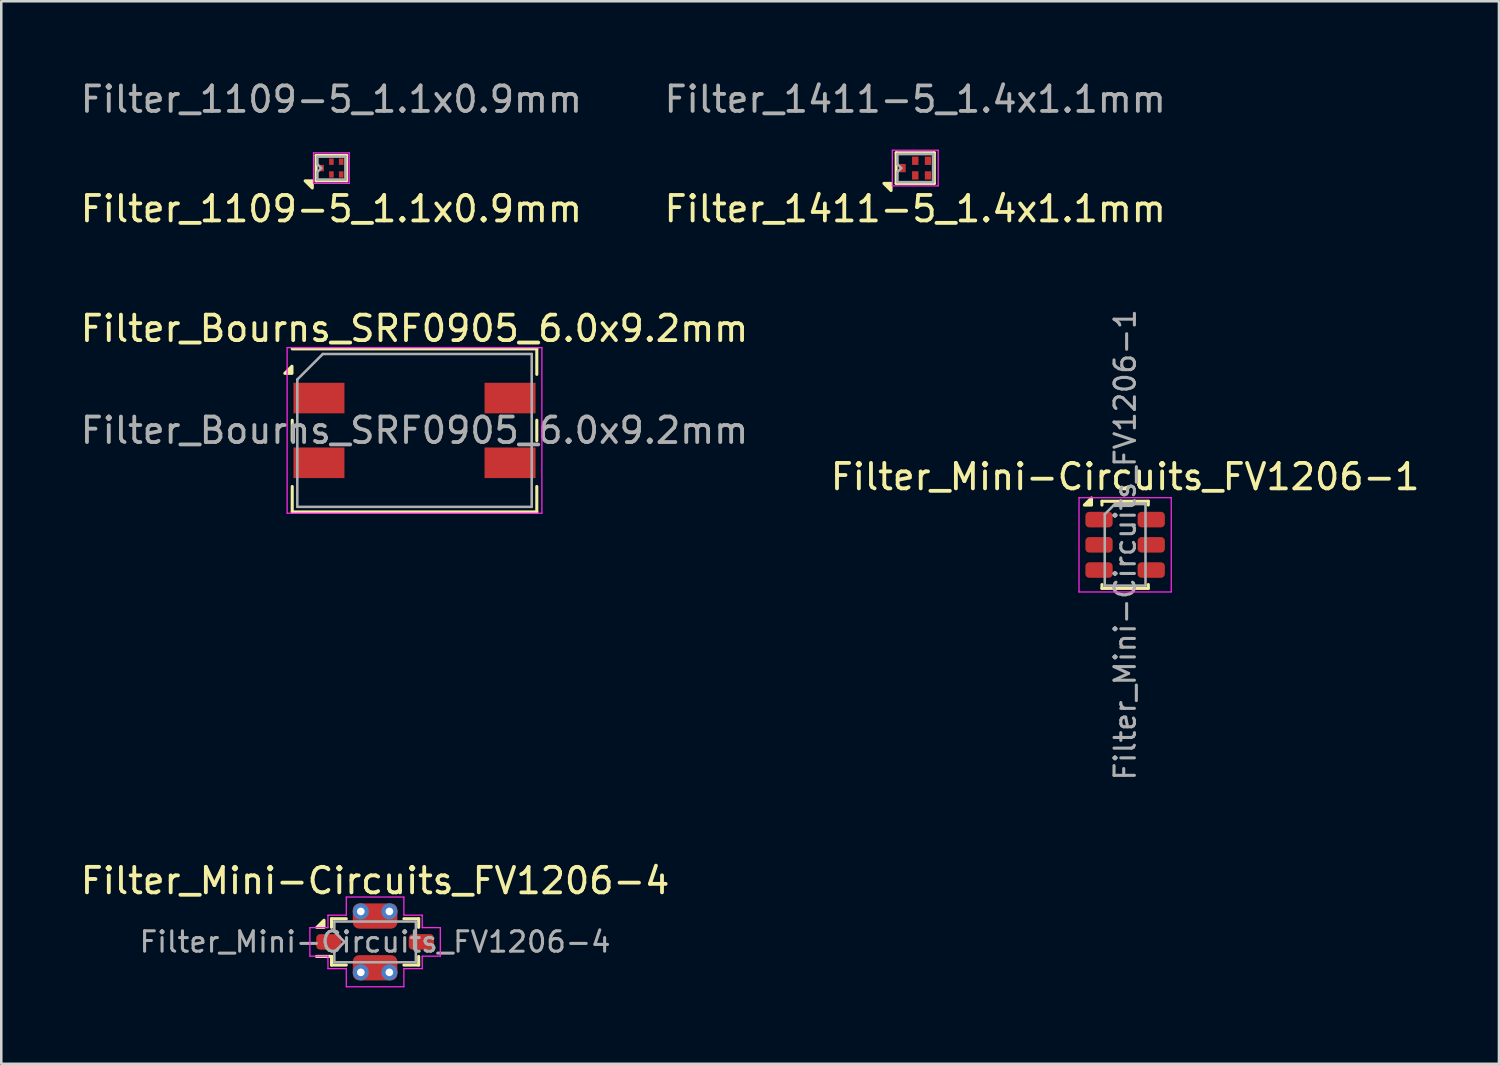
<source format=kicad_pcb>
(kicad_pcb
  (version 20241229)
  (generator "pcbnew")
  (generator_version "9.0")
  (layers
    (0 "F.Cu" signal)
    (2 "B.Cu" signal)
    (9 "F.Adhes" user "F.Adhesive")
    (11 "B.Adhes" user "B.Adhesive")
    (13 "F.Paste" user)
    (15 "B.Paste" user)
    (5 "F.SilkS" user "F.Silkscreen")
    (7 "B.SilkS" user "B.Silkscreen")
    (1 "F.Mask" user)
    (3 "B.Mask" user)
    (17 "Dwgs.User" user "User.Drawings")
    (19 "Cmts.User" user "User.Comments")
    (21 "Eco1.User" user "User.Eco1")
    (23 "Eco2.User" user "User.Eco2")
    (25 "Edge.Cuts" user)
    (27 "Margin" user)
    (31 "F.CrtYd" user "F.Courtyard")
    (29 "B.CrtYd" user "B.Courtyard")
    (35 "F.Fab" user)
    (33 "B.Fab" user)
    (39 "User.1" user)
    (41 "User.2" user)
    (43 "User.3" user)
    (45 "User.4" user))
  (footprint "Filter_Mini-Circuits_FV1206-1"
    (layer "F.Cu")
    (at 41.113 18.335)
    (property "Reference" "Filter_Mini-Circuits_FV1206-1" (at 0 -2.67 0) (layer "F.SilkS") (effects (font (size 1 1) (thickness 0.15))))
    (attr smd)
    (fp_line (start -0.91 -1.56) (end -0.91 -1.71) (stroke (width 0.12) (type solid)) (layer "F.SilkS"))
    (fp_line (start -0.91 1.71) (end -0.91 1.56) (stroke (width 0.12) (type solid)) (layer "F.SilkS"))
    (fp_line (start 0.91 -1.71) (end -0.91 -1.71) (stroke (width 0.12) (type solid)) (layer "F.SilkS"))
    (fp_line (start 0.91 -1.56) (end 0.91 -1.71) (stroke (width 0.12) (type solid)) (layer "F.SilkS"))
    (fp_line (start 0.91 1.71) (end -0.91 1.71) (stroke (width 0.12) (type solid)) (layer "F.SilkS"))
    (fp_line (start 0.91 1.71) (end 0.91 1.56) (stroke (width 0.12) (type solid)) (layer "F.SilkS"))
    (fp_poly (pts (xy -1.32 -1.56) (xy -1.6 -1.56) (xy -1.32 -1.84) (xy -1.32 -1.56)) (stroke (width 0.12) (type solid)) (fill yes) (layer "F.SilkS"))
    (fp_line (start -1.81 -1.85) (end 1.81 -1.85) (stroke (width 0.05) (type solid)) (layer "F.CrtYd"))
    (fp_line (start -1.81 1.85) (end -1.81 -1.85) (stroke (width 0.05) (type solid)) (layer "F.CrtYd"))
    (fp_line (start 1.81 -1.85) (end 1.81 1.85) (stroke (width 0.05) (type solid)) (layer "F.CrtYd"))
    (fp_line (start 1.81 1.85) (end -1.81 1.85) (stroke (width 0.05) (type solid)) (layer "F.CrtYd"))
    (fp_line (start -0.8 -1.2) (end -0.8 1.6) (stroke (width 0.1) (type solid)) (layer "F.Fab"))
    (fp_line (start -0.8 -1.2) (end -0.4 -1.6) (stroke (width 0.1) (type solid)) (layer "F.Fab"))
    (fp_line (start -0.8 1.6) (end 0.8 1.6) (stroke (width 0.1) (type solid)) (layer "F.Fab"))
    (fp_line (start 0.8 -1.6) (end -0.4 -1.6) (stroke (width 0.1) (type solid)) (layer "F.Fab"))
    (fp_line (start 0.8 1.6) (end 0.8 -1.6) (stroke (width 0.1) (type solid)) (layer "F.Fab"))
    (fp_text user "${REFERENCE}" (at 0 0 270) (layer "F.Fab") (effects (font (size 0.8 0.8) (thickness 0.12))))
    (pad "1" smd roundrect (at -1.025 -0.99) (size 1.07 0.61) (layers "F.Cu" "F.Mask" "F.Paste") (roundrect_rratio 0.25))
    (pad "2" smd roundrect (at -1.025 0) (size 1.07 0.61) (layers "F.Cu" "F.Mask" "F.Paste") (roundrect_rratio 0.25))
    (pad "3" smd roundrect (at -1.025 0.99) (size 1.07 0.61) (layers "F.Cu" "F.Mask" "F.Paste") (roundrect_rratio 0.25))
    (pad "4" smd roundrect (at 1.025 0.99) (size 1.07 0.61) (layers "F.Cu" "F.Mask" "F.Paste") (roundrect_rratio 0.25))
    (pad "5" smd roundrect (at 1.025 0) (size 1.07 0.61) (layers "F.Cu" "F.Mask" "F.Paste") (roundrect_rratio 0.25))
    (pad "6" smd roundrect (at 1.025 -0.99) (size 1.07 0.61) (layers "F.Cu" "F.Mask" "F.Paste") (roundrect_rratio 0.25)))
  (footprint "Filter_1411-5_1.4x1.1mm"
    (layer "F.Cu")
    (at 32.875 3.548)
    (property "Reference" "Filter_1411-5_1.4x1.1mm" (at 0 1.6 0) (layer "F.SilkS") (effects (font (size 1 1) (thickness 0.15))))
    (attr smd)
    (fp_line (start -0.75 -0.6) (end -0.75 0.6) (stroke (width 0.12) (type solid)) (layer "F.SilkS"))
    (fp_line (start -0.75 0.6) (end 0.75 0.6) (stroke (width 0.12) (type solid)) (layer "F.SilkS"))
    (fp_line (start 0.75 -0.6) (end -0.75 -0.6) (stroke (width 0.12) (type solid)) (layer "F.SilkS"))
    (fp_line (start 0.75 0.6) (end 0.75 -0.6) (stroke (width 0.12) (type solid)) (layer "F.SilkS"))
    (fp_poly (pts (xy -0.95 0.6) (xy -0.95 0.88) (xy -1.23 0.6) (xy -0.95 0.6)) (stroke (width 0.12) (type solid)) (fill yes) (layer "F.SilkS"))
    (fp_line (start -0.9 -0.7) (end 0.9 -0.7) (stroke (width 0.05) (type solid)) (layer "F.CrtYd"))
    (fp_line (start -0.9 0.7) (end -0.9 -0.7) (stroke (width 0.05) (type solid)) (layer "F.CrtYd"))
    (fp_line (start 0.9 -0.7) (end 0.9 0.7) (stroke (width 0.05) (type solid)) (layer "F.CrtYd"))
    (fp_line (start 0.9 0.7) (end -0.9 0.7) (stroke (width 0.05) (type solid)) (layer "F.CrtYd"))
    (fp_line (start -0.7 -0.55) (end -0.7 -0.15) (stroke (width 0.1) (type solid)) (layer "F.Fab"))
    (fp_line (start -0.7 -0.55) (end 0.7 -0.55) (stroke (width 0.1) (type solid)) (layer "F.Fab"))
    (fp_line (start -0.7 -0.15) (end -0.55 0) (stroke (width 0.1) (type solid)) (layer "F.Fab"))
    (fp_line (start -0.7 0.15) (end -0.7 0.55) (stroke (width 0.1) (type solid)) (layer "F.Fab"))
    (fp_line (start -0.55 0) (end -0.7 0.15) (stroke (width 0.1) (type solid)) (layer "F.Fab"))
    (fp_line (start 0.7 -0.55) (end 0.7 0.55) (stroke (width 0.1) (type solid)) (layer "F.Fab"))
    (fp_line (start 0.7 0.55) (end -0.7 0.55) (stroke (width 0.1) (type solid)) (layer "F.Fab"))
    (fp_text user "${REFERENCE}" (at 0 -2.7 0) (layer "F.Fab") (effects (font (size 1 1) (thickness 0.15))))
    (pad "1" smd rect (at -0.5 0 90) (size 0.325 0.25) (layers "F.Cu" "F.Mask" "F.Paste"))
    (pad "2" smd rect (at 0 0.287 90) (size 0.325 0.25) (layers "F.Cu" "F.Mask" "F.Paste"))
    (pad "3" smd rect (at 0.5 0.287 90) (size 0.325 0.25) (layers "F.Cu" "F.Mask" "F.Paste"))
    (pad "4" smd rect (at 0.5 -0.287 90) (size 0.325 0.25) (layers "F.Cu" "F.Mask" "F.Paste"))
    (pad "5" smd rect (at 0 -0.287 90) (size 0.325 0.25) (layers "F.Cu" "F.Mask" "F.Paste")))
  (footprint "Filter_Mini-Circuits_FV1206-4"
    (layer "F.Cu")
    (at 11.673 33.921)
    (property "Reference" "Filter_Mini-Circuits_FV1206-4" (at 0 -2.4 0) (layer "F.SilkS") (effects (font (size 1 1) (thickness 0.15))))
    (attr smd)
    (fp_line (start -1.71 -0.91) (end -1.71 -0.57) (stroke (width 0.12) (type solid)) (layer "F.SilkS"))
    (fp_line (start -1.71 -0.91) (end -1.13 -0.91) (stroke (width 0.12) (type solid)) (layer "F.SilkS"))
    (fp_line (start -1.71 0.57) (end -2.3 0.57) (stroke (width 0.12) (type solid)) (layer "F.SilkS"))
    (fp_line (start -1.71 0.57) (end -1.71 0.91) (stroke (width 0.12) (type solid)) (layer "F.SilkS"))
    (fp_line (start -1.71 0.91) (end -1.13 0.91) (stroke (width 0.12) (type solid)) (layer "F.SilkS"))
    (fp_line (start 1.13 -0.91) (end 1.71 -0.91) (stroke (width 0.12) (type solid)) (layer "F.SilkS"))
    (fp_line (start 1.13 0.91) (end 1.71 0.91) (stroke (width 0.12) (type solid)) (layer "F.SilkS"))
    (fp_line (start 1.71 -0.91) (end 1.71 -0.57) (stroke (width 0.12) (type solid)) (layer "F.SilkS"))
    (fp_line (start 1.71 0.57) (end 1.71 0.91) (stroke (width 0.12) (type solid)) (layer "F.SilkS"))
    (fp_poly (pts (xy -2.005 -0.57) (xy -2.285 -0.57) (xy -2.005 -0.85) (xy -2.005 -0.57)) (stroke (width 0.12) (type solid)) (fill yes) (layer "F.SilkS"))
    (fp_line (start -2.56 -0.56) (end -2.56 0.56) (stroke (width 0.05) (type solid)) (layer "F.CrtYd"))
    (fp_line (start -2.56 -0.56) (end -1.85 -0.56) (stroke (width 0.05) (type solid)) (layer "F.CrtYd"))
    (fp_line (start -2.56 0.56) (end -1.85 0.56) (stroke (width 0.05) (type solid)) (layer "F.CrtYd"))
    (fp_line (start -1.85 -1.05) (end -1.85 -0.56) (stroke (width 0.05) (type solid)) (layer "F.CrtYd"))
    (fp_line (start -1.85 -1.05) (end -1.13 -1.05) (stroke (width 0.05) (type solid)) (layer "F.CrtYd"))
    (fp_line (start -1.85 0.56) (end -1.85 1.05) (stroke (width 0.05) (type solid)) (layer "F.CrtYd"))
    (fp_line (start -1.85 1.05) (end -1.13 1.05) (stroke (width 0.05) (type solid)) (layer "F.CrtYd"))
    (fp_line (start -1.13 -1.76) (end 1.13 -1.76) (stroke (width 0.05) (type solid)) (layer "F.CrtYd"))
    (fp_line (start -1.13 -1.05) (end -1.13 -1.76) (stroke (width 0.05) (type solid)) (layer "F.CrtYd"))
    (fp_line (start -1.13 1.76) (end -1.13 1.05) (stroke (width 0.05) (type solid)) (layer "F.CrtYd"))
    (fp_line (start -1.13 1.76) (end 1.13 1.76) (stroke (width 0.05) (type solid)) (layer "F.CrtYd"))
    (fp_line (start 1.13 -1.05) (end 1.13 -1.76) (stroke (width 0.05) (type solid)) (layer "F.CrtYd"))
    (fp_line (start 1.13 -1.05) (end 1.85 -1.05) (stroke (width 0.05) (type solid)) (layer "F.CrtYd"))
    (fp_line (start 1.13 1.05) (end 1.85 1.05) (stroke (width 0.05) (type solid)) (layer "F.CrtYd"))
    (fp_line (start 1.13 1.76) (end 1.13 1.05) (stroke (width 0.05) (type solid)) (layer "F.CrtYd"))
    (fp_line (start 1.85 -1.05) (end 1.85 -0.56) (stroke (width 0.05) (type solid)) (layer "F.CrtYd"))
    (fp_line (start 1.85 -0.56) (end 2.56 -0.56) (stroke (width 0.05) (type solid)) (layer "F.CrtYd"))
    (fp_line (start 1.85 0.56) (end 1.85 1.05) (stroke (width 0.05) (type solid)) (layer "F.CrtYd"))
    (fp_line (start 1.85 0.56) (end 2.56 0.56) (stroke (width 0.05) (type solid)) (layer "F.CrtYd"))
    (fp_line (start 2.56 -0.56) (end 2.56 0.56) (stroke (width 0.05) (type solid)) (layer "F.CrtYd"))
    (fp_line (start -1.6 -0.8) (end -1.6 -0.4) (stroke (width 0.1) (type solid)) (layer "F.Fab"))
    (fp_line (start -1.6 -0.8) (end 1.6 -0.8) (stroke (width 0.1) (type solid)) (layer "F.Fab"))
    (fp_line (start -1.6 0.8) (end -1.6 0.4) (stroke (width 0.1) (type solid)) (layer "F.Fab"))
    (fp_line (start -1.2 0) (end -1.6 -0.4) (stroke (width 0.1) (type solid)) (layer "F.Fab"))
    (fp_line (start -1.2 0) (end -1.6 0.4) (stroke (width 0.1) (type solid)) (layer "F.Fab"))
    (fp_line (start 1.6 -0.8) (end 1.6 0.8) (stroke (width 0.1) (type solid)) (layer "F.Fab"))
    (fp_line (start 1.6 0.8) (end -1.6 0.8) (stroke (width 0.1) (type solid)) (layer "F.Fab"))
    (fp_text user "${REFERENCE}" (at 0 0 0) (layer "F.Fab") (effects (font (size 0.8 0.8) (thickness 0.12))))
    (pad "1" smd roundrect (at -1.815 0) (size 0.99 0.61) (layers "F.Cu" "F.Mask" "F.Paste") (roundrect_rratio 0.25))
    (pad "2" thru_hole circle (at -0.56 1.195) (size 0.63 0.63) (drill 0.3) (layers "*.Cu" "*.Mask"))
    (pad "2" smd roundrect (at 0 1.015) (size 1.75 0.99) (layers "F.Cu" "F.Mask" "F.Paste") (roundrect_rratio 0.25))
    (pad "2" thru_hole circle (at 0.56 1.195) (size 0.63 0.63) (drill 0.3) (layers "*.Cu" "*.Mask"))
    (pad "3" smd roundrect (at 1.815 0) (size 0.99 0.61) (layers "F.Cu" "F.Mask" "F.Paste") (roundrect_rratio 0.25))
    (pad "4" thru_hole circle (at -0.56 -1.195) (size 0.63 0.63) (drill 0.3) (layers "*.Cu" "*.Mask"))
    (pad "4" smd roundrect (at 0 -1.015) (size 1.75 0.99) (layers "F.Cu" "F.Mask" "F.Paste") (roundrect_rratio 0.25))
    (pad "4" thru_hole circle (at 0.56 -1.195) (size 0.63 0.63) (drill 0.3) (layers "*.Cu" "*.Mask")))
  (footprint "Filter_1109-5_1.1x0.9mm"
    (layer "F.Cu")
    (at 9.958 3.548)
    (property "Reference" "Filter_1109-5_1.1x0.9mm" (at 0 1.6 0) (layer "F.SilkS") (effects (font (size 1 1) (thickness 0.15))))
    (attr smd)
    (fp_line (start -0.6 -0.5) (end -0.6 0.5) (stroke (width 0.12) (type solid)) (layer "F.SilkS"))
    (fp_line (start -0.6 0.5) (end 0.6 0.5) (stroke (width 0.12) (type solid)) (layer "F.SilkS"))
    (fp_line (start 0.6 -0.5) (end -0.6 -0.5) (stroke (width 0.12) (type solid)) (layer "F.SilkS"))
    (fp_line (start 0.6 0.5) (end 0.6 -0.5) (stroke (width 0.12) (type solid)) (layer "F.SilkS"))
    (fp_poly (pts (xy -0.75 0.5) (xy -0.75 0.78) (xy -1.03 0.5) (xy -0.75 0.5)) (stroke (width 0.12) (type solid)) (fill yes) (layer "F.SilkS"))
    (fp_line (start -0.7 -0.6) (end 0.7 -0.6) (stroke (width 0.05) (type solid)) (layer "F.CrtYd"))
    (fp_line (start -0.7 0.6) (end -0.7 -0.6) (stroke (width 0.05) (type solid)) (layer "F.CrtYd"))
    (fp_line (start 0.7 -0.6) (end 0.7 0.6) (stroke (width 0.05) (type solid)) (layer "F.CrtYd"))
    (fp_line (start 0.7 0.6) (end -0.7 0.6) (stroke (width 0.05) (type solid)) (layer "F.CrtYd"))
    (fp_line (start -0.55 -0.45) (end -0.55 -0.15) (stroke (width 0.1) (type solid)) (layer "F.Fab"))
    (fp_line (start -0.55 -0.45) (end 0.55 -0.45) (stroke (width 0.1) (type solid)) (layer "F.Fab"))
    (fp_line (start -0.55 -0.15) (end -0.4 0) (stroke (width 0.1) (type solid)) (layer "F.Fab"))
    (fp_line (start -0.55 0.15) (end -0.55 0.45) (stroke (width 0.1) (type solid)) (layer "F.Fab"))
    (fp_line (start -0.4 0) (end -0.55 0.15) (stroke (width 0.1) (type solid)) (layer "F.Fab"))
    (fp_line (start 0.55 -0.45) (end 0.55 0.45) (stroke (width 0.1) (type solid)) (layer "F.Fab"))
    (fp_line (start 0.55 0.45) (end -0.55 0.45) (stroke (width 0.1) (type solid)) (layer "F.Fab"))
    (fp_text user "${REFERENCE}" (at 0 -2.7 0) (layer "F.Fab") (effects (font (size 1 1) (thickness 0.15))))
    (pad "1" smd rect (at -0.385 0 90) (size 0.25 0.18) (layers "F.Cu" "F.Mask" "F.Paste"))
    (pad "2" smd rect (at 0 0.25 90) (size 0.25 0.18) (layers "F.Cu" "F.Mask" "F.Paste"))
    (pad "3" smd rect (at 0.385 0.25 90) (size 0.25 0.18) (layers "F.Cu" "F.Mask" "F.Paste"))
    (pad "4" smd rect (at 0.385 -0.25 90) (size 0.25 0.18) (layers "F.Cu" "F.Mask" "F.Paste"))
    (pad "5" smd rect (at 0 -0.25 90) (size 0.25 0.18) (layers "F.Cu" "F.Mask" "F.Paste")))
  (footprint "Filter_Bourns_SRF0905_6.0x9.2mm"
    (layer "F.Cu")
    (at 13.22 13.845)
    (property "Reference" "Filter_Bourns_SRF0905_6.0x9.2mm" (at 0 -4 180) (layer "F.SilkS") (effects (font (size 1 1) (thickness 0.15))))
    (attr smd)
    (fp_line (start -4.8 -0.4) (end -4.8 0.4) (stroke (width 0.12) (type solid)) (layer "F.SilkS"))
    (fp_line (start -4.8 2.2) (end -4.8 3.2) (stroke (width 0.12) (type solid)) (layer "F.SilkS"))
    (fp_line (start -4.8 3.2) (end 4.8 3.2) (stroke (width 0.12) (type solid)) (layer "F.SilkS"))
    (fp_line (start 4.8 -3.2) (end -4.8 -3.2) (stroke (width 0.12) (type solid)) (layer "F.SilkS"))
    (fp_line (start 4.8 -2.2) (end 4.8 -3.2) (stroke (width 0.12) (type solid)) (layer "F.SilkS"))
    (fp_line (start 4.8 -0.4) (end 4.8 0.4) (stroke (width 0.12) (type solid)) (layer "F.SilkS"))
    (fp_line (start 4.8 3.2) (end 4.8 2.2) (stroke (width 0.12) (type solid)) (layer "F.SilkS"))
    (fp_poly (pts (xy -4.81 -2.24) (xy -5.09 -2.24) (xy -4.81 -2.52) (xy -4.81 -2.24)) (stroke (width 0.12) (type solid)) (fill yes) (layer "F.SilkS"))
    (fp_line (start -5 -3.25) (end -5 3.25) (stroke (width 0.05) (type solid)) (layer "F.CrtYd"))
    (fp_line (start -5 -3.25) (end 5 -3.25) (stroke (width 0.05) (type solid)) (layer "F.CrtYd"))
    (fp_line (start 5 3.25) (end -5 3.25) (stroke (width 0.05) (type solid)) (layer "F.CrtYd"))
    (fp_line (start 5 3.25) (end 5 -3.25) (stroke (width 0.05) (type solid)) (layer "F.CrtYd"))
    (fp_line (start -4.6 -2) (end -3.6 -3) (stroke (width 0.1) (type solid)) (layer "F.Fab"))
    (fp_line (start -4.6 3) (end -4.6 -2) (stroke (width 0.1) (type solid)) (layer "F.Fab"))
    (fp_line (start -3.6 -3) (end 4.6 -3) (stroke (width 0.1) (type solid)) (layer "F.Fab"))
    (fp_line (start 4.6 -3) (end 4.6 3) (stroke (width 0.1) (type solid)) (layer "F.Fab"))
    (fp_line (start 4.6 3) (end -4.6 3) (stroke (width 0.1) (type solid)) (layer "F.Fab"))
    (fp_text user "${REFERENCE}" (at 0 0 0) (layer "F.Fab") (effects (font (size 1 1) (thickness 0.15))))
    (pad "1" smd rect (at -3.75 -1.27) (size 2 1.2) (layers "F.Cu" "F.Mask" "F.Paste"))
    (pad "2" smd rect (at -3.75 1.27) (size 2 1.2) (layers "F.Cu" "F.Mask" "F.Paste"))
    (pad "3" smd rect (at 3.75 1.27) (size 2 1.2) (layers "F.Cu" "F.Mask" "F.Paste"))
    (pad "4" smd rect (at 3.75 -1.27) (size 2 1.2) (layers "F.Cu" "F.Mask" "F.Paste")))
  (gr_rect
    (start -3 -3)
    (end 55.786 38.706)
    (stroke (width 0.1) (type default))
    (fill no)
    (layer "Edge.Cuts")))
</source>
